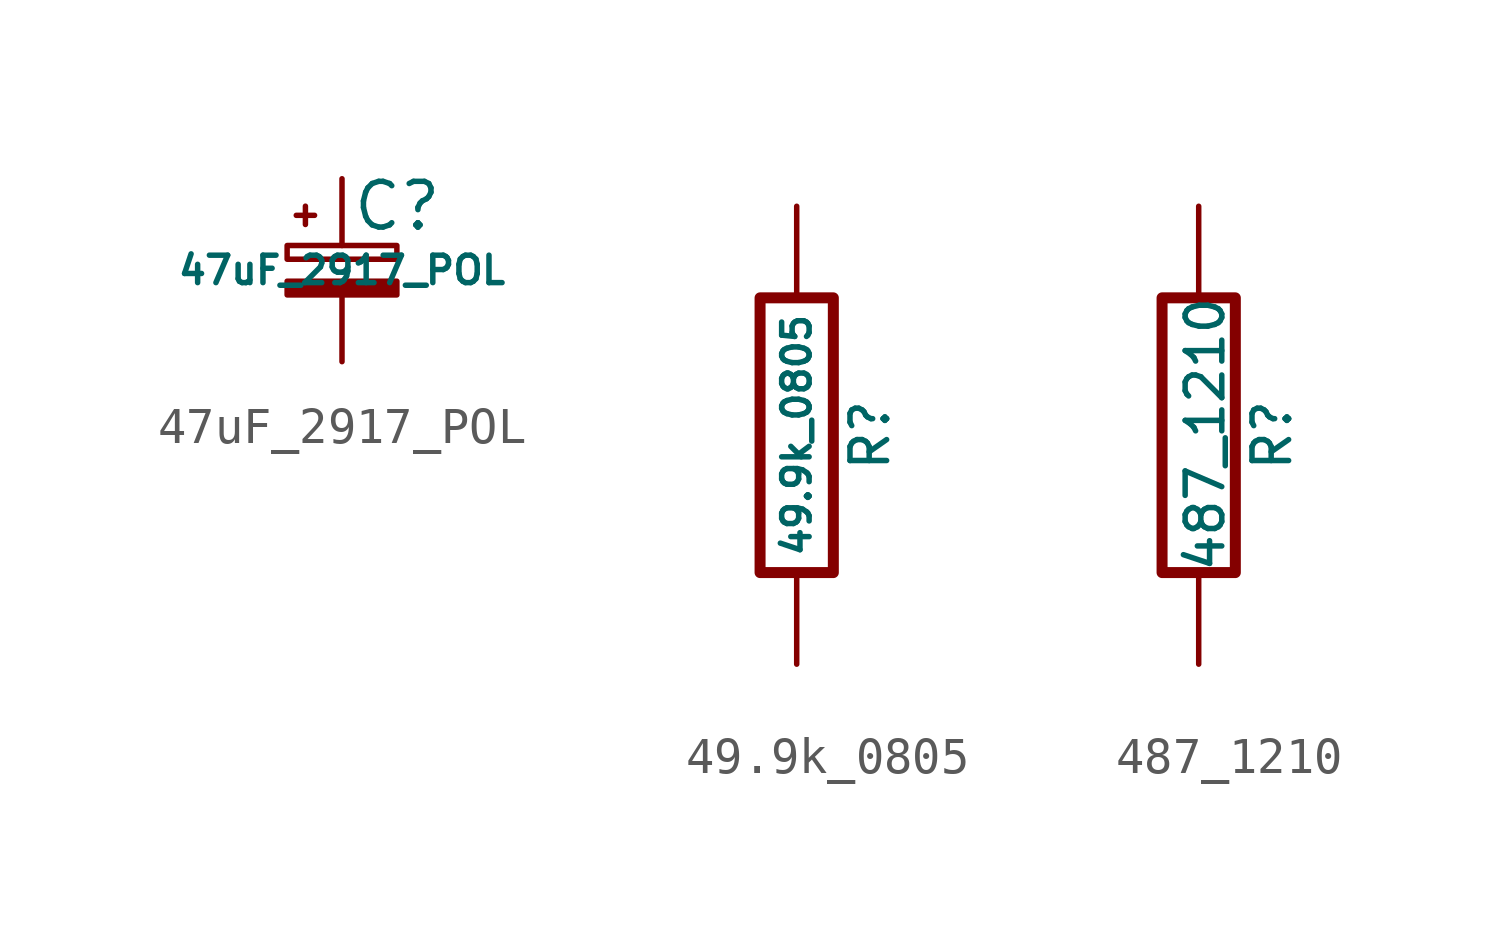
<source format=kicad_sym>
(kicad_symbol_lib
  (version 20211014)
  (generator kicad_symbol_editor)
  (symbol "47uF_2917_POL"
    (pin_numbers hide)
    (pin_names
      (offset 0.254) hide)
    (property "Reference" "C"
      (at 0.254 1.778 0)
      (effects (font (size 1.27 1.27)) (justify left)))
    (property "Value" "47uF_2917_POL"
      (at 0 0 0)
      (effects (font (size 0.762 0.762))))
    (symbol "47uF_2917_POL_0_1"
      (rectangle (start -1.524 -0.305) (end 1.524 -0.686) (stroke (width 0) (type default) (color 0 0 0 0)) (fill (type outline)))
      (rectangle (start -1.524 0.686) (end 1.524 0.305) (stroke (width 0) (type default) (color 0 0 0 0)) (fill (type none)))
      (polyline (pts (xy -1.27 1.524) (xy -0.762 1.524)) (stroke (width 0) (type default) (color 0 0 0 0)) (fill (type none)))
      (polyline (pts (xy -1.016 1.27) (xy -1.016 1.778)) (stroke (width 0) (type default) (color 0 0 0 0)) (fill (type none))))
    (symbol "47uF_2917_POL_1_1"
      (pin passive line (at 0 2.54 270) (length 1.854) (name "~" (effects (font (size 1.016 1.016)))) (number "1" (effects (font (size 1.016 1.016)))))
      (pin passive line (at 0 -2.54 90) (length 1.854) (name "~" (effects (font (size 1.016 1.016)))) (number "2" (effects (font (size 1.016 1.016)))))))
  (symbol "49.9k_0805"
    (pin_numbers hide)
    (pin_names
      (offset 0))
    (property "Reference" "R"
      (at 2.032 0 90)
      (effects (font (size 1.016 1.016))))
    (property "Value" "49.9k_0805"
      (at 0 0 90)
      (effects (font (size 0.762 0.762))))
    (property "Datasheet" ""
      (at 2.032 0 90)
      (effects (font (size 0.762 0.762))))
    (symbol "49.9k_0805_0_1"
      (rectangle (start -1.016 3.81) (end 1.016 -3.81) (stroke (width 0.305) (type default) (color 0 0 0 0)) (fill (type none))))
    (symbol "49.9k_0805_1_1"
      (pin passive line (at 0 6.35 270) (length 2.54) (name "~" (effects (font (size 1.524 1.524)))) (number "1" (effects (font (size 1.524 1.524)))))
      (pin passive line (at 0 -6.35 90) (length 2.54) (name "~" (effects (font (size 1.524 1.524)))) (number "2" (effects (font (size 1.524 1.524)))))))
  (symbol "487_1210"
    (pin_numbers hide)
    (pin_names
      (offset 0))
    (property "Reference" "R"
      (at 2.032 0 90)
      (effects (font (size 1.016 1.016))))
    (property "Value" "487_1210"
      (at 0.178 0.025 90)
      (effects (font (size 1.016 1.016))))
    (property "Datasheet" ""
      (at 0 0 0)
      (effects (font (size 0.762 0.762))))
    (symbol "487_1210_0_1"
      (rectangle (start -1.016 3.81) (end 1.016 -3.81) (stroke (width 0.305) (type default) (color 0 0 0 0)) (fill (type none))))
    (symbol "487_1210_1_1"
      (pin passive line (at 0 6.35 270) (length 2.54) (name "~" (effects (font (size 1.524 1.524)))) (number "1" (effects (font (size 1.524 1.524)))))
      (pin passive line (at 0 -6.35 90) (length 2.54) (name "~" (effects (font (size 1.524 1.524)))) (number "2" (effects (font (size 1.524 1.524))))))))
</source>
